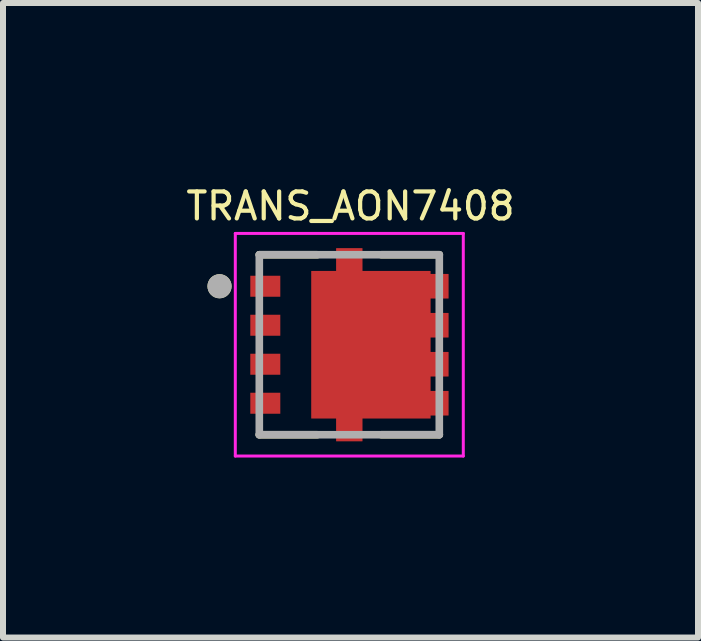
<source format=kicad_pcb>
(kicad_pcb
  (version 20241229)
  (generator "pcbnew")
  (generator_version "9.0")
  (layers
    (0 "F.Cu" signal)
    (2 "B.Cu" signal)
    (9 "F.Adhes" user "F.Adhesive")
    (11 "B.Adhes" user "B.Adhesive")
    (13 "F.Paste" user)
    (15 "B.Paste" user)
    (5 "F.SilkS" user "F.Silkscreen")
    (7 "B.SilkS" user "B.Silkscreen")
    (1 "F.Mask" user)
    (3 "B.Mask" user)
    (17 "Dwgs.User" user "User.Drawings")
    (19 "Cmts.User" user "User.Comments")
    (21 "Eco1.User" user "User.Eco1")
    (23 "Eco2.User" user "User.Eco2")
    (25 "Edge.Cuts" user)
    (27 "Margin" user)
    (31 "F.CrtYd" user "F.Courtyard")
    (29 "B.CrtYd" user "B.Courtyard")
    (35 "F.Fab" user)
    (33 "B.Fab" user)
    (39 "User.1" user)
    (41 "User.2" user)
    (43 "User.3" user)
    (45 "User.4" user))
  (footprint "TRANS_AON7408"
    (layer "F.Cu")
    (at 2.772 2.696)
    (property "Reference" "TRANS_AON7408" (at 0.02 -2.31 0) (layer "F.SilkS") (effects (font (size 0.45 0.45) (thickness 0.07))))
    (attr smd)
    (fp_poly (pts (xy -0.725 -1.325) (xy -0.325 -1.325) (xy -0.325 -1.7) (xy 0.3 -1.7) (xy 0.3 -1.325) (xy 1.45 -1.325) (xy 1.45 -1.275) (xy 1.75 -1.275) (xy 1.75 -0.675) (xy 1.45 -0.675) (xy 1.45 -0.625) (xy 1.75 -0.625) (xy 1.75 -0.025) (xy 1.45 -0.025) (xy 1.45 0.025) (xy 1.75 0.025) (xy 1.75 0.625) (xy 1.45 0.625) (xy 1.45 0.675) (xy 1.75 0.675) (xy 1.75 1.25) (xy 1.45 1.25) (xy 1.45 1.325) (xy 0.325 1.325) (xy 0.325 1.7) (xy -0.325 1.7) (xy -0.325 1.325) (xy -0.725 1.325)) (stroke (width 0.01) (type solid)) (fill yes) (layer "F.Mask"))
    (fp_line (start -0.535 -1.5) (end -1.5 -1.5) (stroke (width 0.127) (type solid)) (layer "F.SilkS"))
    (fp_line (start -0.535 1.5) (end -1.5 1.5) (stroke (width 0.127) (type solid)) (layer "F.SilkS"))
    (fp_line (start 0.535 -1.5) (end 1.5 -1.5) (stroke (width 0.127) (type solid)) (layer "F.SilkS"))
    (fp_line (start 0.535 1.5) (end 1.5 1.5) (stroke (width 0.127) (type solid)) (layer "F.SilkS"))
    (fp_circle (center -2.163 -0.975) (end -2.062 -0.975) (stroke (width 0.2) (type solid)) (fill no) (layer "F.SilkS"))
    (fp_poly (pts (xy -0.265 -0.775) (xy 0.985 -0.775) (xy 0.985 0.775) (xy -0.265 0.775)) (stroke (width 0.01) (type solid)) (fill yes) (layer "F.Paste"))
    (fp_poly (pts (xy -0.215 -1.605) (xy 0.215 -1.605) (xy 0.215 -1.23) (xy -0.215 -1.23)) (stroke (width 0.01) (type solid)) (fill yes) (layer "F.Paste"))
    (fp_poly (pts (xy 0.215 1.605) (xy -0.215 1.605) (xy -0.215 1.23) (xy 0.215 1.23)) (stroke (width 0.01) (type solid)) (fill yes) (layer "F.Paste"))
    (fp_poly (pts (xy 1.355 -1.175) (xy 1.65 -1.175) (xy 1.65 -0.775) (xy 1.355 -0.775)) (stroke (width 0.01) (type solid)) (fill yes) (layer "F.Paste"))
    (fp_poly (pts (xy 1.355 -0.525) (xy 1.65 -0.525) (xy 1.65 -0.125) (xy 1.355 -0.125)) (stroke (width 0.01) (type solid)) (fill yes) (layer "F.Paste"))
    (fp_poly (pts (xy 1.355 0.125) (xy 1.65 0.125) (xy 1.65 0.525) (xy 1.355 0.525)) (stroke (width 0.01) (type solid)) (fill yes) (layer "F.Paste"))
    (fp_poly (pts (xy 1.355 0.775) (xy 1.65 0.775) (xy 1.65 1.175) (xy 1.355 1.175)) (stroke (width 0.01) (type solid)) (fill yes) (layer "F.Paste"))
    (fp_line (start -1.9 -1.855) (end 1.9 -1.855) (stroke (width 0.05) (type solid)) (layer "F.CrtYd"))
    (fp_line (start -1.9 1.855) (end -1.9 -1.855) (stroke (width 0.05) (type solid)) (layer "F.CrtYd"))
    (fp_line (start 1.9 -1.855) (end 1.9 1.855) (stroke (width 0.05) (type solid)) (layer "F.CrtYd"))
    (fp_line (start 1.9 1.855) (end -1.9 1.855) (stroke (width 0.05) (type solid)) (layer "F.CrtYd"))
    (fp_line (start -1.5 -1.5) (end 1.5 -1.5) (stroke (width 0.127) (type solid)) (layer "F.Fab"))
    (fp_line (start -1.5 1.5) (end -1.5 -1.5) (stroke (width 0.127) (type solid)) (layer "F.Fab"))
    (fp_line (start 1.5 -1.5) (end 1.5 1.5) (stroke (width 0.127) (type solid)) (layer "F.Fab"))
    (fp_line (start 1.5 1.5) (end -1.5 1.5) (stroke (width 0.127) (type solid)) (layer "F.Fab"))
    (fp_circle (center -2.163 -0.975) (end -2.062 -0.975) (stroke (width 0.2) (type solid)) (fill no) (layer "F.Fab"))
    (pad "1" smd rect (at -1.4 -0.975) (size 0.5 0.35) (layers "F.Cu" "F.Mask" "F.Paste"))
    (pad "2" smd rect (at -1.4 -0.325) (size 0.5 0.35) (layers "F.Cu" "F.Mask" "F.Paste"))
    (pad "3" smd rect (at -1.4 0.325) (size 0.5 0.35) (layers "F.Cu" "F.Mask" "F.Paste"))
    (pad "4" smd rect (at -1.4 0.975) (size 0.5 0.35) (layers "F.Cu" "F.Mask" "F.Paste"))
    (pad "5_8" smd custom (at 0.36 0) (size 1 1) (layers "F.Cu") (options (anchor rect)) (primitives (gr_poly (pts (xy -0.99 -1.225) (xy -0.575 -1.225) (xy -0.575 -1.605) (xy -0.145 -1.605) (xy -0.145 -1.225) (xy 0.99 -1.225) (xy 0.99 -1.175) (xy 1.29 -1.175) (xy 1.29 -0.775) (xy 0.99 -0.775) (xy 0.99 -0.525) (xy 1.29 -0.525) (xy 1.29 -0.125) (xy 0.99 -0.125) (xy 0.99 0.125) (xy 1.29 0.125) (xy 1.29 0.525) (xy 0.99 0.525) (xy 0.99 0.775) (xy 1.29 0.775) (xy 1.29 1.175) (xy 0.99 1.175) (xy 0.99 1.225) (xy -0.145 1.225) (xy -0.145 1.605) (xy -0.575 1.605) (xy -0.575 1.225) (xy -0.99 1.225)) (width 0.01) (fill yes)))))
  (gr_rect
    (start -3 -3)
    (end 8.584 7.576)
    (stroke (width 0.1) (type default))
    (fill no)
    (layer "Edge.Cuts")))
</source>
